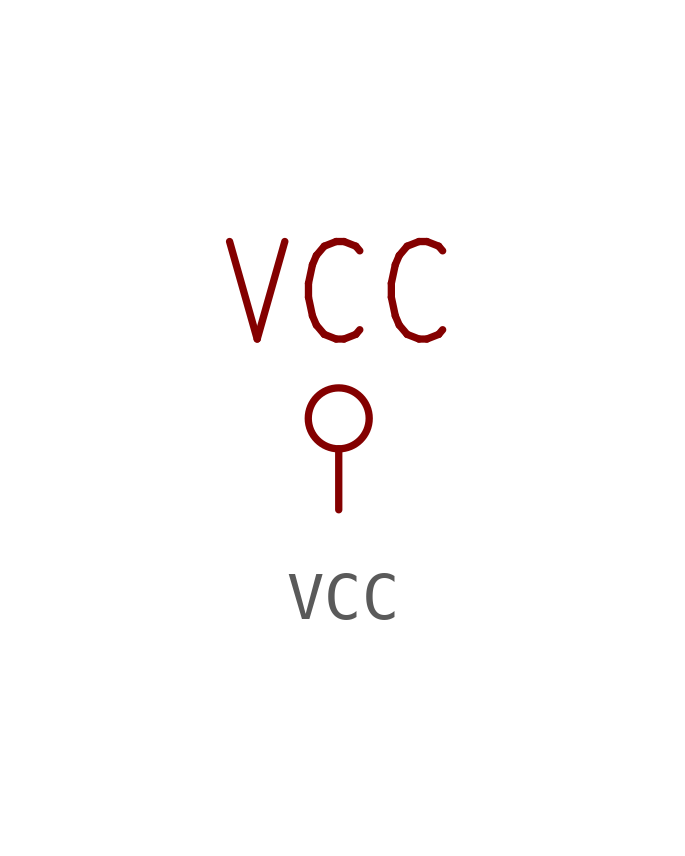
<source format=kicad_sym>
(kicad_symbol_lib
  (version 20241209)
  (generator "kicad_symbol_editor")
  (generator_version "9.0")
  (symbol "VCC"
    (power)
    (property "Reference" ""
      (at 0 0 0)
      (effects (font (size 1.27 1.27)) (hide yes)))
    (property "ki_locked" ""
      (at 0 0 0)
      (effects (font (size 1.27 1.27))))
    (symbol "VCC_1_0"
      (text "VCC" (at -2.54 0.762 0) (effects (font (size 2.032 1.727)) (justify left bottom)))
      (pin power_in inverted (at 0 -2.54 90) (length 2.54) (name "VCC" (effects (font (size 0 0)))) (number "1" (effects (font (size 0 0))))))))
</source>
